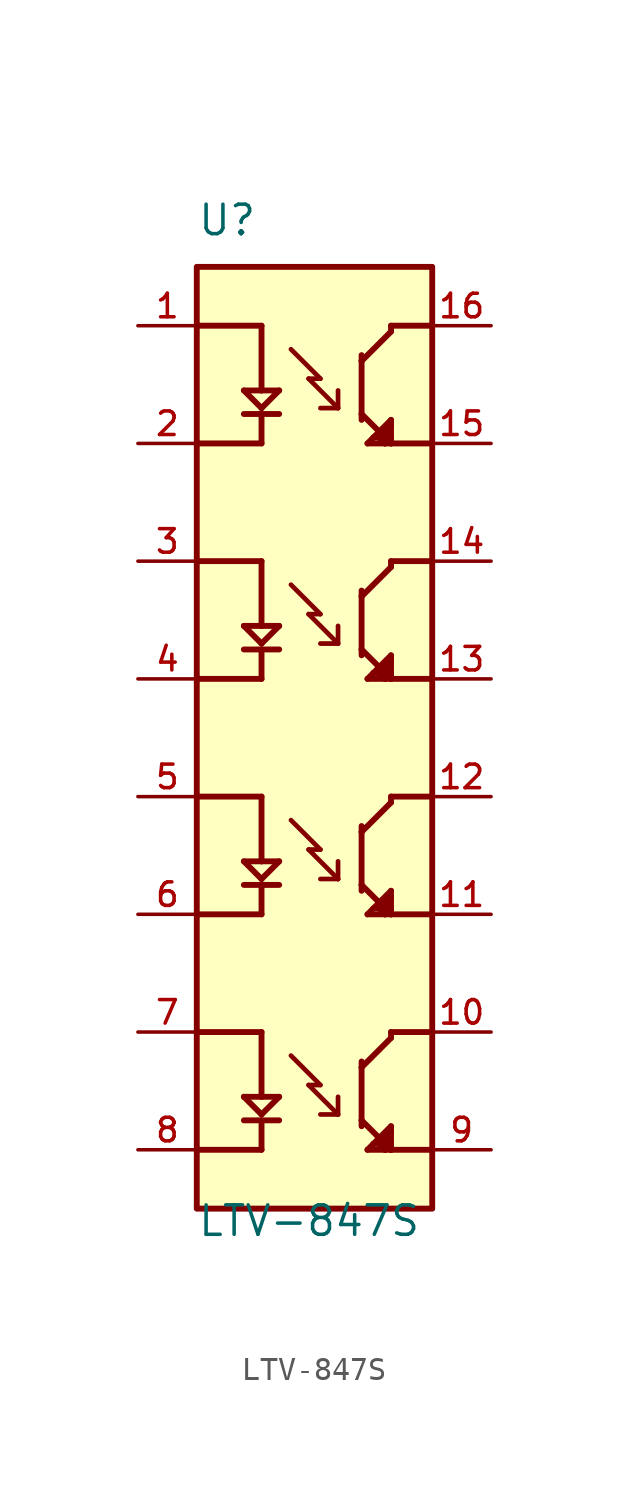
<source format=kicad_sym>
(kicad_symbol_lib
  (version 20220914)
  (generator kicad_symbol_editor)
  (symbol "LTV-847S"
    (pin_names
      (offset 1.016) hide)
    (property "Reference" "U"
      (at -5.08 21.59 0)
      (effects (font (size 1.27 1.27)) (justify left bottom)))
    (property "Value" "LTV-847S"
      (at -5.08 -21.59 0)
      (effects (font (size 1.27 1.27)) (justify left bottom)))
    (property "ki_locked" ""
      (at 0 0 0)
      (effects (font (size 1.27 1.27))))
    (symbol "LTV-847S_0_0"
      (rectangle (start -5.08 -20.32) (end 5.08 20.32) (stroke (width 0.254) (type solid)) (fill (type background)))
      (polyline (pts (xy -5.08 -12.7) (xy -2.286 -12.7)) (stroke (width 0.254) (type solid)) (fill (type none)))
      (polyline (pts (xy -5.08 -2.54) (xy -2.286 -2.54)) (stroke (width 0.254) (type solid)) (fill (type none)))
      (polyline (pts (xy -5.08 7.62) (xy -2.286 7.62)) (stroke (width 0.254) (type solid)) (fill (type none)))
      (polyline (pts (xy -5.08 17.78) (xy -2.286 17.78)) (stroke (width 0.254) (type solid)) (fill (type none)))
      (polyline (pts (xy -3.048 -16.51) (xy -1.524 -16.51)) (stroke (width 0.254) (type solid)) (fill (type none)))
      (polyline (pts (xy -3.048 -15.494) (xy -2.286 -16.256)) (stroke (width 0.254) (type solid)) (fill (type none)))
      (polyline (pts (xy -3.048 -6.35) (xy -1.524 -6.35)) (stroke (width 0.254) (type solid)) (fill (type none)))
      (polyline (pts (xy -3.048 -5.334) (xy -2.286 -6.096)) (stroke (width 0.254) (type solid)) (fill (type none)))
      (polyline (pts (xy -3.048 3.81) (xy -1.524 3.81)) (stroke (width 0.254) (type solid)) (fill (type none)))
      (polyline (pts (xy -3.048 4.826) (xy -2.286 4.064)) (stroke (width 0.254) (type solid)) (fill (type none)))
      (polyline (pts (xy -3.048 13.97) (xy -1.524 13.97)) (stroke (width 0.254) (type solid)) (fill (type none)))
      (polyline (pts (xy -3.048 14.986) (xy -2.286 14.224)) (stroke (width 0.254) (type solid)) (fill (type none)))
      (polyline (pts (xy -2.286 -17.78) (xy -5.08 -17.78)) (stroke (width 0.254) (type solid)) (fill (type none)))
      (polyline (pts (xy -2.286 -16.51) (xy -2.286 -17.78)) (stroke (width 0.254) (type solid)) (fill (type none)))
      (polyline (pts (xy -2.286 -16.256) (xy -1.524 -15.494)) (stroke (width 0.254) (type solid)) (fill (type none)))
      (polyline (pts (xy -2.286 -15.494) (xy -3.048 -15.494)) (stroke (width 0.254) (type solid)) (fill (type none)))
      (polyline (pts (xy -2.286 -15.494) (xy -1.524 -15.494)) (stroke (width 0.254) (type solid)) (fill (type none)))
      (polyline (pts (xy -2.286 -12.7) (xy -2.286 -15.494)) (stroke (width 0.254) (type solid)) (fill (type none)))
      (polyline (pts (xy -2.286 -7.62) (xy -5.08 -7.62)) (stroke (width 0.254) (type solid)) (fill (type none)))
      (polyline (pts (xy -2.286 -6.35) (xy -2.286 -7.62)) (stroke (width 0.254) (type solid)) (fill (type none)))
      (polyline (pts (xy -2.286 -6.096) (xy -1.524 -5.334)) (stroke (width 0.254) (type solid)) (fill (type none)))
      (polyline (pts (xy -2.286 -5.334) (xy -3.048 -5.334)) (stroke (width 0.254) (type solid)) (fill (type none)))
      (polyline (pts (xy -2.286 -5.334) (xy -1.524 -5.334)) (stroke (width 0.254) (type solid)) (fill (type none)))
      (polyline (pts (xy -2.286 -2.54) (xy -2.286 -5.334)) (stroke (width 0.254) (type solid)) (fill (type none)))
      (polyline (pts (xy -2.286 2.54) (xy -5.08 2.54)) (stroke (width 0.254) (type solid)) (fill (type none)))
      (polyline (pts (xy -2.286 3.81) (xy -2.286 2.54)) (stroke (width 0.254) (type solid)) (fill (type none)))
      (polyline (pts (xy -2.286 4.064) (xy -1.524 4.826)) (stroke (width 0.254) (type solid)) (fill (type none)))
      (polyline (pts (xy -2.286 4.826) (xy -3.048 4.826)) (stroke (width 0.254) (type solid)) (fill (type none)))
      (polyline (pts (xy -2.286 4.826) (xy -1.524 4.826)) (stroke (width 0.254) (type solid)) (fill (type none)))
      (polyline (pts (xy -2.286 7.62) (xy -2.286 4.826)) (stroke (width 0.254) (type solid)) (fill (type none)))
      (polyline (pts (xy -2.286 12.7) (xy -5.08 12.7)) (stroke (width 0.254) (type solid)) (fill (type none)))
      (polyline (pts (xy -2.286 13.97) (xy -2.286 12.7)) (stroke (width 0.254) (type solid)) (fill (type none)))
      (polyline (pts (xy -2.286 14.224) (xy -1.524 14.986)) (stroke (width 0.254) (type solid)) (fill (type none)))
      (polyline (pts (xy -2.286 14.986) (xy -3.048 14.986)) (stroke (width 0.254) (type solid)) (fill (type none)))
      (polyline (pts (xy -2.286 14.986) (xy -1.524 14.986)) (stroke (width 0.254) (type solid)) (fill (type none)))
      (polyline (pts (xy -2.286 17.78) (xy -2.286 14.986)) (stroke (width 0.254) (type solid)) (fill (type none)))
      (polyline (pts (xy -1.016 -13.716) (xy 0.254 -14.986)) (stroke (width 0.203) (type solid)) (fill (type none)))
      (polyline (pts (xy -1.016 -3.556) (xy 0.254 -4.826)) (stroke (width 0.203) (type solid)) (fill (type none)))
      (polyline (pts (xy -1.016 6.604) (xy 0.254 5.334)) (stroke (width 0.203) (type solid)) (fill (type none)))
      (polyline (pts (xy -1.016 16.764) (xy 0.254 15.494)) (stroke (width 0.203) (type solid)) (fill (type none)))
      (polyline (pts (xy -0.254 -14.986) (xy 1.016 -16.256)) (stroke (width 0.203) (type solid)) (fill (type none)))
      (polyline (pts (xy -0.254 -4.826) (xy 1.016 -6.096)) (stroke (width 0.203) (type solid)) (fill (type none)))
      (polyline (pts (xy -0.254 5.334) (xy 1.016 4.064)) (stroke (width 0.203) (type solid)) (fill (type none)))
      (polyline (pts (xy -0.254 15.494) (xy 1.016 14.224)) (stroke (width 0.203) (type solid)) (fill (type none)))
      (polyline (pts (xy 0.254 -14.986) (xy -0.254 -14.986)) (stroke (width 0.203) (type solid)) (fill (type none)))
      (polyline (pts (xy 0.254 -4.826) (xy -0.254 -4.826)) (stroke (width 0.203) (type solid)) (fill (type none)))
      (polyline (pts (xy 0.254 5.334) (xy -0.254 5.334)) (stroke (width 0.203) (type solid)) (fill (type none)))
      (polyline (pts (xy 0.254 15.494) (xy -0.254 15.494)) (stroke (width 0.203) (type solid)) (fill (type none)))
      (polyline (pts (xy 1.016 -16.256) (xy 0.254 -16.256)) (stroke (width 0.203) (type solid)) (fill (type none)))
      (polyline (pts (xy 1.016 -16.256) (xy 1.016 -15.494)) (stroke (width 0.203) (type solid)) (fill (type none)))
      (polyline (pts (xy 1.016 -6.096) (xy 0.254 -6.096)) (stroke (width 0.203) (type solid)) (fill (type none)))
      (polyline (pts (xy 1.016 -6.096) (xy 1.016 -5.334)) (stroke (width 0.203) (type solid)) (fill (type none)))
      (polyline (pts (xy 1.016 4.064) (xy 0.254 4.064)) (stroke (width 0.203) (type solid)) (fill (type none)))
      (polyline (pts (xy 1.016 4.064) (xy 1.016 4.826)) (stroke (width 0.203) (type solid)) (fill (type none)))
      (polyline (pts (xy 1.016 14.224) (xy 0.254 14.224)) (stroke (width 0.203) (type solid)) (fill (type none)))
      (polyline (pts (xy 1.016 14.224) (xy 1.016 14.986)) (stroke (width 0.203) (type solid)) (fill (type none)))
      (polyline (pts (xy 2.032 -16.51) (xy 2.032 -16.764)) (stroke (width 0.254) (type solid)) (fill (type none)))
      (polyline (pts (xy 2.032 -16.51) (xy 3.302 -17.78)) (stroke (width 0.254) (type solid)) (fill (type none)))
      (polyline (pts (xy 2.032 -14.224) (xy 2.032 -16.51)) (stroke (width 0.254) (type solid)) (fill (type none)))
      (polyline (pts (xy 2.032 -14.224) (xy 2.032 -13.97)) (stroke (width 0.254) (type solid)) (fill (type none)))
      (polyline (pts (xy 2.032 -6.35) (xy 2.032 -6.604)) (stroke (width 0.254) (type solid)) (fill (type none)))
      (polyline (pts (xy 2.032 -6.35) (xy 3.302 -7.62)) (stroke (width 0.254) (type solid)) (fill (type none)))
      (polyline (pts (xy 2.032 -4.064) (xy 2.032 -6.35)) (stroke (width 0.254) (type solid)) (fill (type none)))
      (polyline (pts (xy 2.032 -4.064) (xy 2.032 -3.81)) (stroke (width 0.254) (type solid)) (fill (type none)))
      (polyline (pts (xy 2.032 3.81) (xy 2.032 3.556)) (stroke (width 0.254) (type solid)) (fill (type none)))
      (polyline (pts (xy 2.032 3.81) (xy 3.302 2.54)) (stroke (width 0.254) (type solid)) (fill (type none)))
      (polyline (pts (xy 2.032 6.096) (xy 2.032 3.81)) (stroke (width 0.254) (type solid)) (fill (type none)))
      (polyline (pts (xy 2.032 6.096) (xy 2.032 6.35)) (stroke (width 0.254) (type solid)) (fill (type none)))
      (polyline (pts (xy 2.032 13.97) (xy 2.032 13.716)) (stroke (width 0.254) (type solid)) (fill (type none)))
      (polyline (pts (xy 2.032 13.97) (xy 3.302 12.7)) (stroke (width 0.254) (type solid)) (fill (type none)))
      (polyline (pts (xy 2.032 16.256) (xy 2.032 13.97)) (stroke (width 0.254) (type solid)) (fill (type none)))
      (polyline (pts (xy 2.032 16.256) (xy 2.032 16.51)) (stroke (width 0.254) (type solid)) (fill (type none)))
      (polyline (pts (xy 2.286 -17.78) (xy 3.048 -17.78)) (stroke (width 0.254) (type solid)) (fill (type none)))
      (polyline (pts (xy 2.286 -7.62) (xy 3.048 -7.62)) (stroke (width 0.254) (type solid)) (fill (type none)))
      (polyline (pts (xy 2.286 2.54) (xy 3.048 2.54)) (stroke (width 0.254) (type solid)) (fill (type none)))
      (polyline (pts (xy 2.286 12.7) (xy 3.048 12.7)) (stroke (width 0.254) (type solid)) (fill (type none)))
      (polyline (pts (xy 2.54 -17.526) (xy 2.286 -17.78)) (stroke (width 0.254) (type solid)) (fill (type none)))
      (polyline (pts (xy 2.54 -17.526) (xy 2.794 -17.526)) (stroke (width 0.254) (type solid)) (fill (type none)))
      (polyline (pts (xy 2.54 -7.366) (xy 2.286 -7.62)) (stroke (width 0.254) (type solid)) (fill (type none)))
      (polyline (pts (xy 2.54 -7.366) (xy 2.794 -7.366)) (stroke (width 0.254) (type solid)) (fill (type none)))
      (polyline (pts (xy 2.54 2.794) (xy 2.286 2.54)) (stroke (width 0.254) (type solid)) (fill (type none)))
      (polyline (pts (xy 2.54 2.794) (xy 2.794 2.794)) (stroke (width 0.254) (type solid)) (fill (type none)))
      (polyline (pts (xy 2.54 12.954) (xy 2.286 12.7)) (stroke (width 0.254) (type solid)) (fill (type none)))
      (polyline (pts (xy 2.54 12.954) (xy 2.794 12.954)) (stroke (width 0.254) (type solid)) (fill (type none)))
      (polyline (pts (xy 2.794 -17.526) (xy 3.048 -17.78)) (stroke (width 0.254) (type solid)) (fill (type none)))
      (polyline (pts (xy 2.794 -7.366) (xy 3.048 -7.62)) (stroke (width 0.254) (type solid)) (fill (type none)))
      (polyline (pts (xy 2.794 2.794) (xy 3.048 2.54)) (stroke (width 0.254) (type solid)) (fill (type none)))
      (polyline (pts (xy 2.794 12.954) (xy 3.048 12.7)) (stroke (width 0.254) (type solid)) (fill (type none)))
      (polyline (pts (xy 3.048 -17.78) (xy 3.048 -17.272)) (stroke (width 0.254) (type solid)) (fill (type none)))
      (polyline (pts (xy 3.048 -17.78) (xy 3.302 -17.78)) (stroke (width 0.254) (type solid)) (fill (type none)))
      (polyline (pts (xy 3.048 -17.272) (xy 2.794 -17.526)) (stroke (width 0.254) (type solid)) (fill (type none)))
      (polyline (pts (xy 3.048 -17.272) (xy 3.302 -17.018)) (stroke (width 0.254) (type solid)) (fill (type none)))
      (polyline (pts (xy 3.048 -7.62) (xy 3.048 -7.112)) (stroke (width 0.254) (type solid)) (fill (type none)))
      (polyline (pts (xy 3.048 -7.62) (xy 3.302 -7.62)) (stroke (width 0.254) (type solid)) (fill (type none)))
      (polyline (pts (xy 3.048 -7.112) (xy 2.794 -7.366)) (stroke (width 0.254) (type solid)) (fill (type none)))
      (polyline (pts (xy 3.048 -7.112) (xy 3.302 -6.858)) (stroke (width 0.254) (type solid)) (fill (type none)))
      (polyline (pts (xy 3.048 2.54) (xy 3.048 3.048)) (stroke (width 0.254) (type solid)) (fill (type none)))
      (polyline (pts (xy 3.048 2.54) (xy 3.302 2.54)) (stroke (width 0.254) (type solid)) (fill (type none)))
      (polyline (pts (xy 3.048 3.048) (xy 2.794 2.794)) (stroke (width 0.254) (type solid)) (fill (type none)))
      (polyline (pts (xy 3.048 3.048) (xy 3.302 3.302)) (stroke (width 0.254) (type solid)) (fill (type none)))
      (polyline (pts (xy 3.048 12.7) (xy 3.048 13.208)) (stroke (width 0.254) (type solid)) (fill (type none)))
      (polyline (pts (xy 3.048 12.7) (xy 3.302 12.7)) (stroke (width 0.254) (type solid)) (fill (type none)))
      (polyline (pts (xy 3.048 13.208) (xy 2.794 12.954)) (stroke (width 0.254) (type solid)) (fill (type none)))
      (polyline (pts (xy 3.048 13.208) (xy 3.302 13.462)) (stroke (width 0.254) (type solid)) (fill (type none)))
      (polyline (pts (xy 3.302 -17.78) (xy 3.302 -17.526)) (stroke (width 0.254) (type solid)) (fill (type none)))
      (polyline (pts (xy 3.302 -17.78) (xy 5.08 -17.78)) (stroke (width 0.254) (type solid)) (fill (type none)))
      (polyline (pts (xy 3.302 -17.526) (xy 3.048 -17.272)) (stroke (width 0.254) (type solid)) (fill (type none)))
      (polyline (pts (xy 3.302 -17.526) (xy 3.302 -17.018)) (stroke (width 0.254) (type solid)) (fill (type none)))
      (polyline (pts (xy 3.302 -17.018) (xy 3.302 -16.764)) (stroke (width 0.254) (type solid)) (fill (type none)))
      (polyline (pts (xy 3.302 -16.764) (xy 2.54 -17.526)) (stroke (width 0.254) (type solid)) (fill (type none)))
      (polyline (pts (xy 3.302 -12.954) (xy 2.032 -14.224)) (stroke (width 0.254) (type solid)) (fill (type none)))
      (polyline (pts (xy 3.302 -12.7) (xy 3.302 -12.954)) (stroke (width 0.254) (type solid)) (fill (type none)))
      (polyline (pts (xy 3.302 -7.62) (xy 3.302 -7.366)) (stroke (width 0.254) (type solid)) (fill (type none)))
      (polyline (pts (xy 3.302 -7.62) (xy 5.08 -7.62)) (stroke (width 0.254) (type solid)) (fill (type none)))
      (polyline (pts (xy 3.302 -7.366) (xy 3.048 -7.112)) (stroke (width 0.254) (type solid)) (fill (type none)))
      (polyline (pts (xy 3.302 -7.366) (xy 3.302 -6.858)) (stroke (width 0.254) (type solid)) (fill (type none)))
      (polyline (pts (xy 3.302 -6.858) (xy 3.302 -6.604)) (stroke (width 0.254) (type solid)) (fill (type none)))
      (polyline (pts (xy 3.302 -6.604) (xy 2.54 -7.366)) (stroke (width 0.254) (type solid)) (fill (type none)))
      (polyline (pts (xy 3.302 -2.794) (xy 2.032 -4.064)) (stroke (width 0.254) (type solid)) (fill (type none)))
      (polyline (pts (xy 3.302 -2.54) (xy 3.302 -2.794)) (stroke (width 0.254) (type solid)) (fill (type none)))
      (polyline (pts (xy 3.302 2.54) (xy 3.302 2.794)) (stroke (width 0.254) (type solid)) (fill (type none)))
      (polyline (pts (xy 3.302 2.54) (xy 5.08 2.54)) (stroke (width 0.254) (type solid)) (fill (type none)))
      (polyline (pts (xy 3.302 2.794) (xy 3.048 3.048)) (stroke (width 0.254) (type solid)) (fill (type none)))
      (polyline (pts (xy 3.302 2.794) (xy 3.302 3.302)) (stroke (width 0.254) (type solid)) (fill (type none)))
      (polyline (pts (xy 3.302 3.302) (xy 3.302 3.556)) (stroke (width 0.254) (type solid)) (fill (type none)))
      (polyline (pts (xy 3.302 3.556) (xy 2.54 2.794)) (stroke (width 0.254) (type solid)) (fill (type none)))
      (polyline (pts (xy 3.302 7.366) (xy 2.032 6.096)) (stroke (width 0.254) (type solid)) (fill (type none)))
      (polyline (pts (xy 3.302 7.62) (xy 3.302 7.366)) (stroke (width 0.254) (type solid)) (fill (type none)))
      (polyline (pts (xy 3.302 12.7) (xy 3.302 12.954)) (stroke (width 0.254) (type solid)) (fill (type none)))
      (polyline (pts (xy 3.302 12.7) (xy 5.08 12.7)) (stroke (width 0.254) (type solid)) (fill (type none)))
      (polyline (pts (xy 3.302 12.954) (xy 3.048 13.208)) (stroke (width 0.254) (type solid)) (fill (type none)))
      (polyline (pts (xy 3.302 12.954) (xy 3.302 13.462)) (stroke (width 0.254) (type solid)) (fill (type none)))
      (polyline (pts (xy 3.302 13.462) (xy 3.302 13.716)) (stroke (width 0.254) (type solid)) (fill (type none)))
      (polyline (pts (xy 3.302 13.716) (xy 2.54 12.954)) (stroke (width 0.254) (type solid)) (fill (type none)))
      (polyline (pts (xy 3.302 17.526) (xy 2.032 16.256)) (stroke (width 0.254) (type solid)) (fill (type none)))
      (polyline (pts (xy 3.302 17.78) (xy 3.302 17.526)) (stroke (width 0.254) (type solid)) (fill (type none)))
      (polyline (pts (xy 5.08 -12.7) (xy 3.302 -12.7)) (stroke (width 0.254) (type solid)) (fill (type none)))
      (polyline (pts (xy 5.08 -2.54) (xy 3.302 -2.54)) (stroke (width 0.254) (type solid)) (fill (type none)))
      (polyline (pts (xy 5.08 7.62) (xy 3.302 7.62)) (stroke (width 0.254) (type solid)) (fill (type none)))
      (polyline (pts (xy 5.08 17.78) (xy 3.302 17.78)) (stroke (width 0.254) (type solid)) (fill (type none)))
      (pin passive line (at -7.62 17.78 0) (length 2.54) (name "~" (effects (font (size 1.016 1.016)))) (number "1" (effects (font (size 1.016 1.016)))))
      (pin passive line (at 7.62 -12.7 180) (length 2.54) (name "~" (effects (font (size 1.016 1.016)))) (number "10" (effects (font (size 1.016 1.016)))))
      (pin passive line (at 7.62 -7.62 180) (length 2.54) (name "~" (effects (font (size 1.016 1.016)))) (number "11" (effects (font (size 1.016 1.016)))))
      (pin passive line (at 7.62 -2.54 180) (length 2.54) (name "~" (effects (font (size 1.016 1.016)))) (number "12" (effects (font (size 1.016 1.016)))))
      (pin passive line (at 7.62 2.54 180) (length 2.54) (name "~" (effects (font (size 1.016 1.016)))) (number "13" (effects (font (size 1.016 1.016)))))
      (pin passive line (at 7.62 7.62 180) (length 2.54) (name "~" (effects (font (size 1.016 1.016)))) (number "14" (effects (font (size 1.016 1.016)))))
      (pin passive line (at 7.62 12.7 180) (length 2.54) (name "~" (effects (font (size 1.016 1.016)))) (number "15" (effects (font (size 1.016 1.016)))))
      (pin passive line (at 7.62 17.78 180) (length 2.54) (name "~" (effects (font (size 1.016 1.016)))) (number "16" (effects (font (size 1.016 1.016)))))
      (pin passive line (at -7.62 12.7 0) (length 2.54) (name "~" (effects (font (size 1.016 1.016)))) (number "2" (effects (font (size 1.016 1.016)))))
      (pin passive line (at -7.62 7.62 0) (length 2.54) (name "~" (effects (font (size 1.016 1.016)))) (number "3" (effects (font (size 1.016 1.016)))))
      (pin passive line (at -7.62 2.54 0) (length 2.54) (name "~" (effects (font (size 1.016 1.016)))) (number "4" (effects (font (size 1.016 1.016)))))
      (pin passive line (at -7.62 -2.54 0) (length 2.54) (name "~" (effects (font (size 1.016 1.016)))) (number "5" (effects (font (size 1.016 1.016)))))
      (pin passive line (at -7.62 -7.62 0) (length 2.54) (name "~" (effects (font (size 1.016 1.016)))) (number "6" (effects (font (size 1.016 1.016)))))
      (pin passive line (at -7.62 -12.7 0) (length 2.54) (name "~" (effects (font (size 1.016 1.016)))) (number "7" (effects (font (size 1.016 1.016)))))
      (pin passive line (at -7.62 -17.78 0) (length 2.54) (name "~" (effects (font (size 1.016 1.016)))) (number "8" (effects (font (size 1.016 1.016)))))
      (pin passive line (at 7.62 -17.78 180) (length 2.54) (name "~" (effects (font (size 1.016 1.016)))) (number "9" (effects (font (size 1.016 1.016))))))))
</source>
